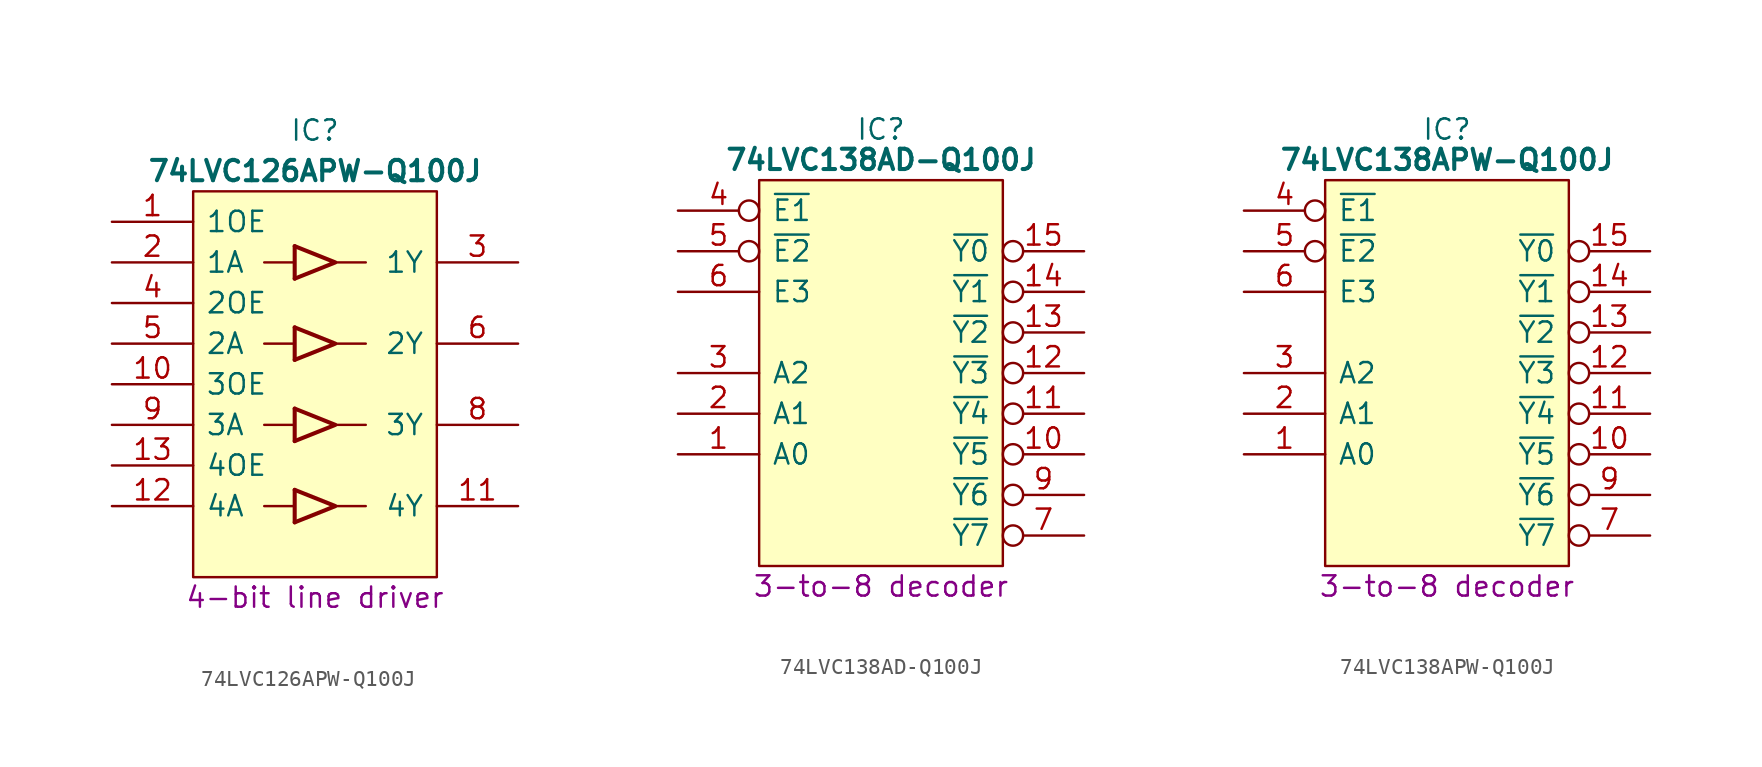
<source format=kicad_sym>
(kicad_symbol_lib
  (version 20231120)
  (generator "kicad_symbol_editor")
  (generator_version "8.0")
  (symbol "74LVC126APW-Q100J "
    (pin_names
      (offset 0.762))
    (property "Reference" "IC"
      (at 12.7 5.715 0)
      (effects (font (size 1.27 1.27))))
    (property "Value" "74LVC126APW-Q100J "
      (at 12.7 3.175 0)
      (effects (font (size 1.27 1.27) (bold yes))))
    (property "Description" "4-bit line driver"
      (at 12.7 -23.495 0)
      (effects (font (size 1.27 1.27))))
    (symbol "74LVC126APW-Q100J _0_0"
      (pin tri_state line (at 25.4 -17.78 180) (length 5.08) (name "4Y" (effects (font (size 1.27 1.27)))) (number "11" (effects (font (size 1.27 1.27)))))
      (pin input line (at 0 -17.78 0) (length 5.08) (name "4A" (effects (font (size 1.27 1.27)))) (number "12" (effects (font (size 1.27 1.27)))))
      (pin input line (at 0 -2.54 0) (length 5.08) (name "1A" (effects (font (size 1.27 1.27)))) (number "2" (effects (font (size 1.27 1.27)))))
      (pin tri_state line (at 25.4 -2.54 180) (length 5.08) (name "1Y" (effects (font (size 1.27 1.27)))) (number "3" (effects (font (size 1.27 1.27)))))
      (pin input line (at 0 -7.62 0) (length 5.08) (name "2A" (effects (font (size 1.27 1.27)))) (number "5" (effects (font (size 1.27 1.27)))))
      (pin tri_state line (at 25.4 -7.62 180) (length 5.08) (name "2Y" (effects (font (size 1.27 1.27)))) (number "6" (effects (font (size 1.27 1.27)))))
      (pin tri_state line (at 25.4 -12.7 180) (length 5.08) (name "3Y" (effects (font (size 1.27 1.27)))) (number "8" (effects (font (size 1.27 1.27)))))
      (pin input line (at 0 -12.7 0) (length 5.08) (name "3A" (effects (font (size 1.27 1.27)))) (number "9" (effects (font (size 1.27 1.27))))))
    (symbol "74LVC126APW-Q100J _0_1"
      (polyline (pts (xy 9.525 -17.78) (xy 11.43 -17.78)) (stroke (width 0) (type default)) (fill (type none)))
      (polyline (pts (xy 9.525 -12.7) (xy 11.43 -12.7)) (stroke (width 0) (type default)) (fill (type none)))
      (polyline (pts (xy 9.525 -7.62) (xy 11.43 -7.62)) (stroke (width 0) (type default)) (fill (type none)))
      (polyline (pts (xy 9.525 -2.54) (xy 11.43 -2.54)) (stroke (width 0) (type default)) (fill (type none)))
      (polyline (pts (xy 13.97 -17.78) (xy 15.875 -17.78)) (stroke (width 0) (type default)) (fill (type none)))
      (polyline (pts (xy 13.97 -12.7) (xy 15.875 -12.7)) (stroke (width 0) (type default)) (fill (type none)))
      (polyline (pts (xy 13.97 -7.62) (xy 15.875 -7.62)) (stroke (width 0) (type default)) (fill (type none)))
      (polyline (pts (xy 13.97 -2.54) (xy 15.875 -2.54)) (stroke (width 0) (type default)) (fill (type none)))
      (polyline (pts (xy 11.43 -18.796) (xy 13.97 -17.78) (xy 11.43 -16.764)) (stroke (width 0.254) (type default)) (fill (type none)))
      (polyline (pts (xy 11.43 -13.716) (xy 13.97 -12.7) (xy 11.43 -11.684)) (stroke (width 0.254) (type default)) (fill (type none)))
      (polyline (pts (xy 11.43 -8.636) (xy 13.97 -7.62) (xy 11.43 -6.604)) (stroke (width 0.254) (type default)) (fill (type none)))
      (polyline (pts (xy 11.43 -3.556) (xy 13.97 -2.54) (xy 11.43 -1.524)) (stroke (width 0.254) (type default)) (fill (type none)))
      (polyline (pts (xy 5.08 1.905) (xy 20.32 1.905) (xy 20.32 -22.225) (xy 5.08 -22.225) (xy 5.08 1.905)) (stroke (width 0.152) (type default)) (fill (type background)))
      (rectangle (start 11.43 -16.764) (end 11.43 -18.796) (stroke (width 0.254) (type default)) (fill (type background)))
      (rectangle (start 11.43 -11.684) (end 11.43 -13.716) (stroke (width 0.254) (type default)) (fill (type background)))
      (rectangle (start 11.43 -6.604) (end 11.43 -8.636) (stroke (width 0.254) (type default)) (fill (type background)))
      (rectangle (start 11.43 -1.524) (end 11.43 -3.556) (stroke (width 0.254) (type default)) (fill (type background))))
    (symbol "74LVC126APW-Q100J _1_0"
      (pin input line (at 0 0 0) (length 5.08) (name "1OE" (effects (font (size 1.27 1.27)))) (number "1" (effects (font (size 1.27 1.27)))))
      (pin input line (at 0 -10.16 0) (length 5.08) (name "3OE" (effects (font (size 1.27 1.27)))) (number "10" (effects (font (size 1.27 1.27)))))
      (pin input line (at 0 -15.24 0) (length 5.08) (name "4OE" (effects (font (size 1.27 1.27)))) (number "13" (effects (font (size 1.27 1.27)))))
      (pin passive line (at 25.4 0 180) (length 5.08) hide (name "3V" (effects (font (size 1.27 1.27)))) (number "14" (effects (font (size 1.27 1.27)))))
      (pin input line (at 0 -5.08 0) (length 5.08) (name "2OE" (effects (font (size 1.27 1.27)))) (number "4" (effects (font (size 1.27 1.27)))))
      (pin passive line (at 0 -20.32 0) (length 5.08) hide (name "GND" (effects (font (size 1.27 1.27)))) (number "7" (effects (font (size 1.27 1.27)))))))
  (symbol "74LVC138AD-Q100J"
    (pin_names
      (offset 0.762))
    (property "Reference" "IC"
      (at 12.7 5.08 0)
      (effects (font (size 1.27 1.27))))
    (property "Value" "74LVC138AD-Q100J"
      (at 12.7 3.175 0)
      (effects (font (size 1.27 1.27) (bold yes))))
    (property "Description" "3-to-8 decoder"
      (at 12.7 -23.495 0)
      (effects (font (size 1.27 1.27))))
    (symbol "74LVC138AD-Q100J_0_0"
      (pin input line (at 0 -15.24 0) (length 5.08) (name "A0" (effects (font (size 1.27 1.27)))) (number "1" (effects (font (size 1.27 1.27)))))
      (pin output inverted (at 25.4 -15.24 180) (length 5.08) (name "~{Y5}" (effects (font (size 1.27 1.27)))) (number "10" (effects (font (size 1.27 1.27)))))
      (pin output inverted (at 25.4 -12.7 180) (length 5.08) (name "~{Y4}" (effects (font (size 1.27 1.27)))) (number "11" (effects (font (size 1.27 1.27)))))
      (pin output inverted (at 25.4 -10.16 180) (length 5.08) (name "~{Y3}" (effects (font (size 1.27 1.27)))) (number "12" (effects (font (size 1.27 1.27)))))
      (pin output inverted (at 25.4 -7.62 180) (length 5.08) (name "~{Y2}" (effects (font (size 1.27 1.27)))) (number "13" (effects (font (size 1.27 1.27)))))
      (pin output inverted (at 25.4 -5.08 180) (length 5.08) (name "~{Y1}" (effects (font (size 1.27 1.27)))) (number "14" (effects (font (size 1.27 1.27)))))
      (pin output inverted (at 25.4 -2.54 180) (length 5.08) (name "~{Y0}" (effects (font (size 1.27 1.27)))) (number "15" (effects (font (size 1.27 1.27)))))
      (pin passive line (at 25.4 0 180) (length 5.08) hide (name "3V" (effects (font (size 1.27 1.27)))) (number "16" (effects (font (size 1.27 1.27)))))
      (pin input line (at 0 -12.7 0) (length 5.08) (name "A1" (effects (font (size 1.27 1.27)))) (number "2" (effects (font (size 1.27 1.27)))))
      (pin input line (at 0 -10.16 0) (length 5.08) (name "A2" (effects (font (size 1.27 1.27)))) (number "3" (effects (font (size 1.27 1.27)))))
      (pin input inverted (at 0 0 0) (length 5.08) (name "~{E1}" (effects (font (size 1.27 1.27)))) (number "4" (effects (font (size 1.27 1.27)))))
      (pin input inverted (at 0 -2.54 0) (length 5.08) (name "~{E2}" (effects (font (size 1.27 1.27)))) (number "5" (effects (font (size 1.27 1.27)))))
      (pin input line (at 0 -5.08 0) (length 5.08) (name "E3" (effects (font (size 1.27 1.27)))) (number "6" (effects (font (size 1.27 1.27)))))
      (pin output inverted (at 25.4 -20.32 180) (length 5.08) (name "~{Y7}" (effects (font (size 1.27 1.27)))) (number "7" (effects (font (size 1.27 1.27)))))
      (pin passive line (at 0 -20.32 0) (length 5.08) hide (name "GND" (effects (font (size 1.27 1.27)))) (number "8" (effects (font (size 1.27 1.27)))))
      (pin output inverted (at 25.4 -17.78 180) (length 5.08) (name "~{Y6}" (effects (font (size 1.27 1.27)))) (number "9" (effects (font (size 1.27 1.27))))))
    (symbol "74LVC138AD-Q100J_0_1"
      (polyline (pts (xy 5.08 1.905) (xy 20.32 1.905) (xy 20.32 -22.225) (xy 5.08 -22.225) (xy 5.08 1.905)) (stroke (width 0.152) (type default)) (fill (type background)))))
  (symbol "74LVC138APW-Q100J"
    (pin_names
      (offset 0.762))
    (property "Reference" "IC"
      (at 12.7 3.175 0)
      (effects (font (size 1.27 1.27))))
    (property "Value" "74LVC138APW-Q100J"
      (at 12.7 1.27 0)
      (effects (font (size 1.27 1.27) (bold yes))))
    (property "Description" "3-to-8 decoder"
      (at 12.7 -25.4 0)
      (effects (font (size 1.27 1.27))))
    (symbol "74LVC138APW-Q100J_0_0"
      (pin input line (at 0 -17.145 0) (length 5.08) (name "A0" (effects (font (size 1.27 1.27)))) (number "1" (effects (font (size 1.27 1.27)))))
      (pin output inverted (at 25.4 -17.145 180) (length 5.08) (name "~{Y5}" (effects (font (size 1.27 1.27)))) (number "10" (effects (font (size 1.27 1.27)))))
      (pin output inverted (at 25.4 -14.605 180) (length 5.08) (name "~{Y4}" (effects (font (size 1.27 1.27)))) (number "11" (effects (font (size 1.27 1.27)))))
      (pin output inverted (at 25.4 -12.065 180) (length 5.08) (name "~{Y3}" (effects (font (size 1.27 1.27)))) (number "12" (effects (font (size 1.27 1.27)))))
      (pin output inverted (at 25.4 -9.525 180) (length 5.08) (name "~{Y2}" (effects (font (size 1.27 1.27)))) (number "13" (effects (font (size 1.27 1.27)))))
      (pin output inverted (at 25.4 -6.985 180) (length 5.08) (name "~{Y1}" (effects (font (size 1.27 1.27)))) (number "14" (effects (font (size 1.27 1.27)))))
      (pin output inverted (at 25.4 -4.445 180) (length 5.08) (name "~{Y0}" (effects (font (size 1.27 1.27)))) (number "15" (effects (font (size 1.27 1.27)))))
      (pin passive line (at 25.4 -1.905 180) (length 5.08) hide (name "3V" (effects (font (size 1.27 1.27)))) (number "16" (effects (font (size 1.27 1.27)))))
      (pin input line (at 0 -14.605 0) (length 5.08) (name "A1" (effects (font (size 1.27 1.27)))) (number "2" (effects (font (size 1.27 1.27)))))
      (pin input line (at 0 -12.065 0) (length 5.08) (name "A2" (effects (font (size 1.27 1.27)))) (number "3" (effects (font (size 1.27 1.27)))))
      (pin input line (at 0 -6.985 0) (length 5.08) (name "E3" (effects (font (size 1.27 1.27)))) (number "6" (effects (font (size 1.27 1.27)))))
      (pin output inverted (at 25.4 -22.225 180) (length 5.08) (name "~{Y7}" (effects (font (size 1.27 1.27)))) (number "7" (effects (font (size 1.27 1.27)))))
      (pin passive line (at 0 -22.225 0) (length 5.08) hide (name "GND" (effects (font (size 1.27 1.27)))) (number "8" (effects (font (size 1.27 1.27)))))
      (pin output inverted (at 25.4 -19.685 180) (length 5.08) (name "~{Y6}" (effects (font (size 1.27 1.27)))) (number "9" (effects (font (size 1.27 1.27))))))
    (symbol "74LVC138APW-Q100J_0_1"
      (polyline (pts (xy 5.08 0) (xy 20.32 0) (xy 20.32 -24.13) (xy 5.08 -24.13) (xy 5.08 0)) (stroke (width 0.152) (type default)) (fill (type background))))
    (symbol "74LVC138APW-Q100J_1_0"
      (pin input inverted (at 0 -1.905 0) (length 5.08) (name "~{E1}" (effects (font (size 1.27 1.27)))) (number "4" (effects (font (size 1.27 1.27)))))
      (pin input inverted (at 0 -4.445 0) (length 5.08) (name "~{E2}" (effects (font (size 1.27 1.27)))) (number "5" (effects (font (size 1.27 1.27))))))))
</source>
